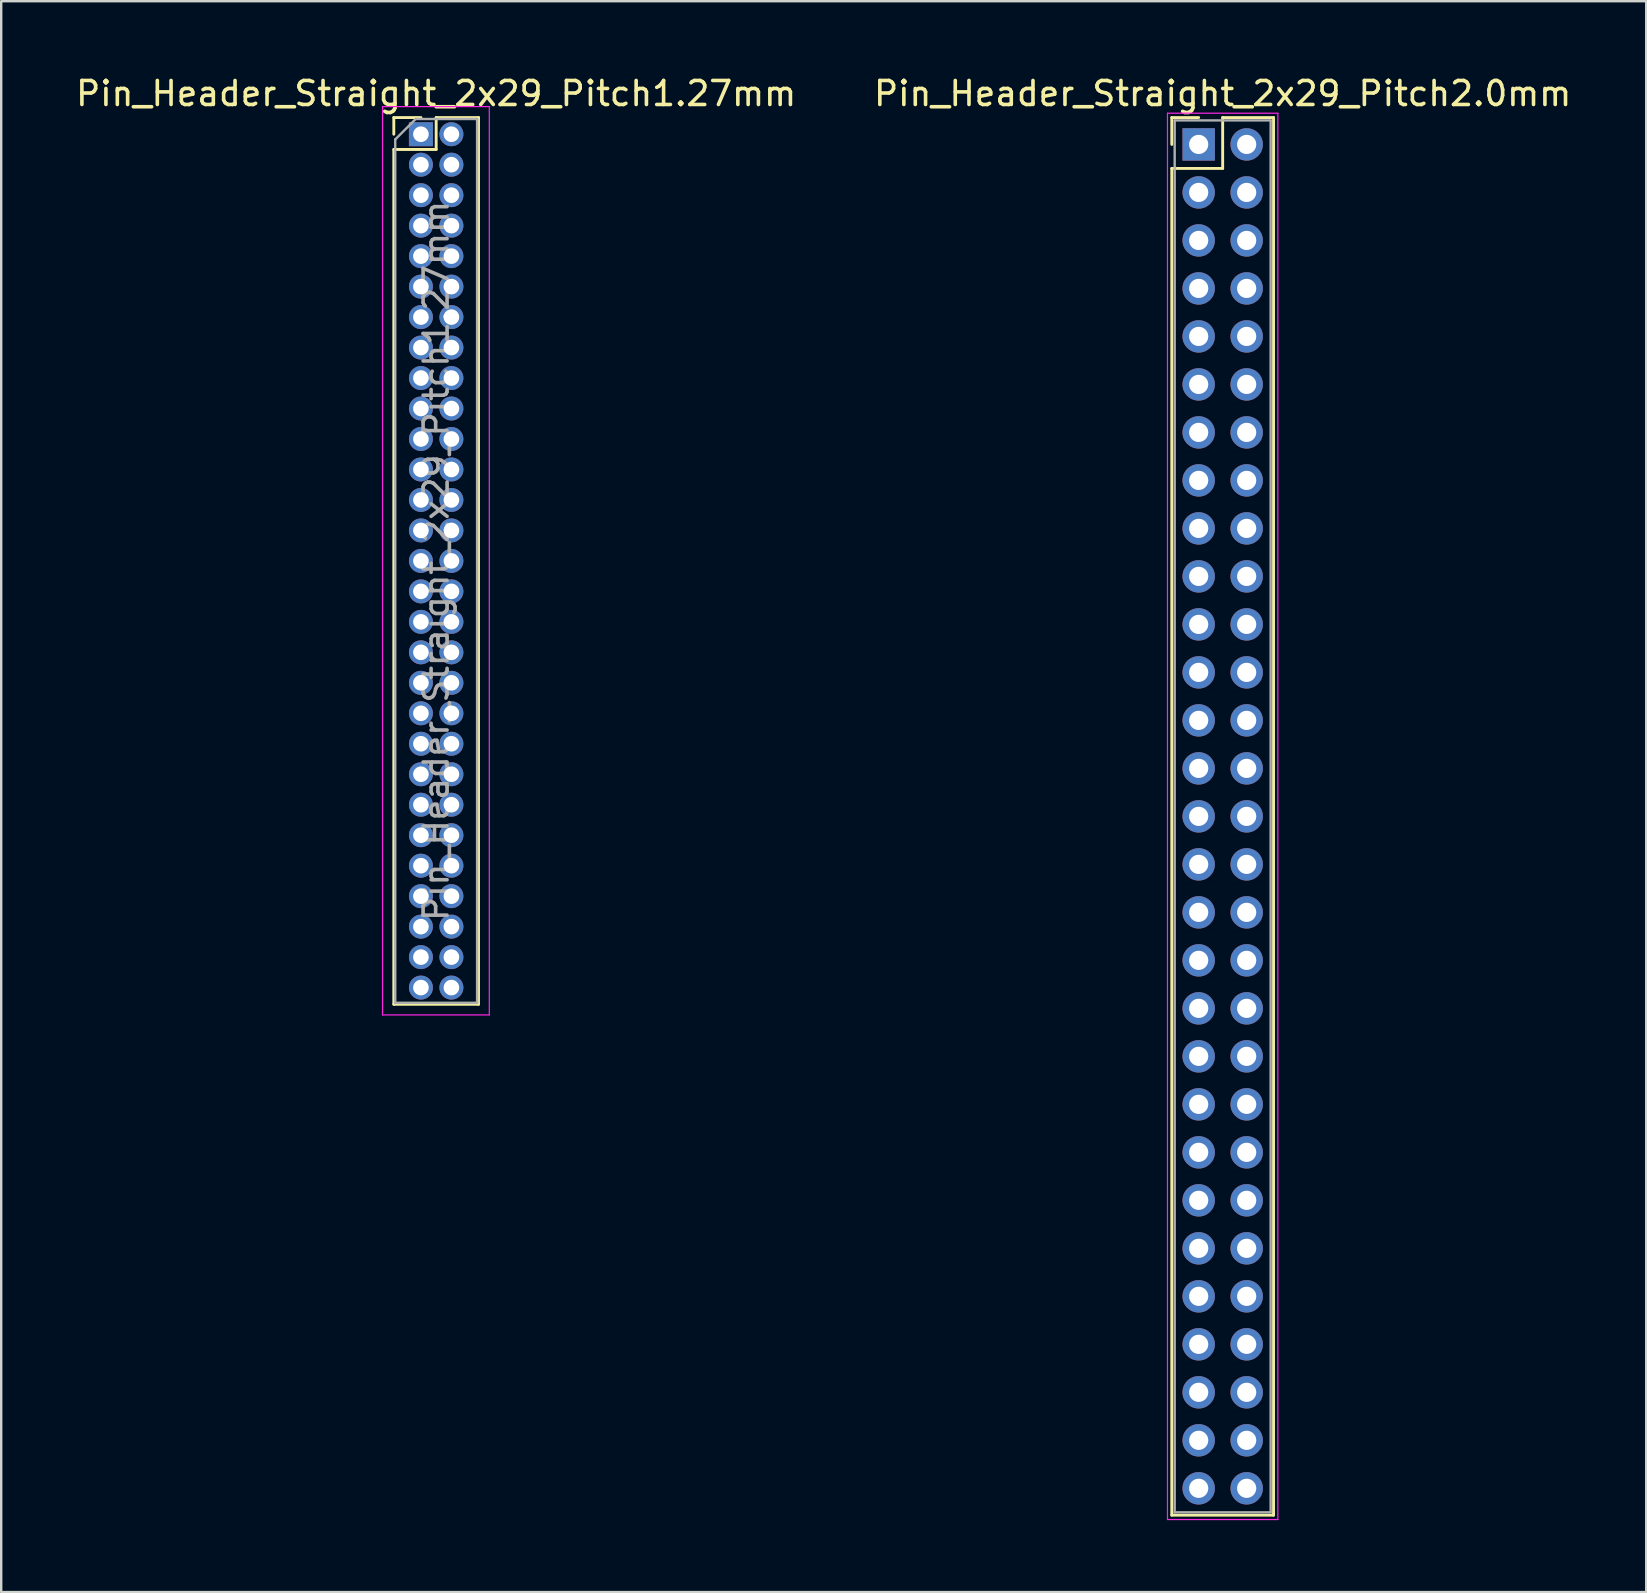
<source format=kicad_pcb>
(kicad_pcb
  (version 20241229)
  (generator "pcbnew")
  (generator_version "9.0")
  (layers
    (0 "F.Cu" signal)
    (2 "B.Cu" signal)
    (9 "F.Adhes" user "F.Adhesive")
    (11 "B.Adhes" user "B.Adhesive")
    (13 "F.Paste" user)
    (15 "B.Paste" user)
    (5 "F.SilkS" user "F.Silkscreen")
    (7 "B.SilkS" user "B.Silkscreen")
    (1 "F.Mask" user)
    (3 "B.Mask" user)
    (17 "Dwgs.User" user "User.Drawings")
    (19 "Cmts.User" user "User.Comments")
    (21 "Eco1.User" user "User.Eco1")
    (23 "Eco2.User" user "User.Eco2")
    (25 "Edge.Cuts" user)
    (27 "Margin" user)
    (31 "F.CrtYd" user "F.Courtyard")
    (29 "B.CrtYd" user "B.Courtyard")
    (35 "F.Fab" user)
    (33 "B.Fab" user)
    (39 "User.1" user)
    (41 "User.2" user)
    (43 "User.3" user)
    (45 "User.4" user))
  (footprint "Pin_Header_Straight_2x29_Pitch1.27mm"
    (layer "F.Cu")
    (at 14.49 2.543)
    (property "Reference" "Pin_Header_Straight_2x29_Pitch1.27mm" (at 0.635 -1.695 0) (layer "F.SilkS") (effects (font (size 1 1) (thickness 0.15))))
    (attr through_hole)
    (fp_line (start -1.13 -0.695) (end 0 -0.695) (stroke (width 0.12) (type solid)) (layer "F.SilkS"))
    (fp_line (start -1.13 0) (end -1.13 -0.695) (stroke (width 0.12) (type solid)) (layer "F.SilkS"))
    (fp_line (start -1.13 0.635) (end -1.13 36.255) (stroke (width 0.12) (type solid)) (layer "F.SilkS"))
    (fp_line (start -1.13 36.255) (end 2.4 36.255) (stroke (width 0.12) (type solid)) (layer "F.SilkS"))
    (fp_line (start 0.635 -0.695) (end 0.635 0.635) (stroke (width 0.12) (type solid)) (layer "F.SilkS"))
    (fp_line (start 0.635 0.635) (end -1.13 0.635) (stroke (width 0.12) (type solid)) (layer "F.SilkS"))
    (fp_line (start 2.4 -0.695) (end 0.635 -0.695) (stroke (width 0.12) (type solid)) (layer "F.SilkS"))
    (fp_line (start 2.4 36.255) (end 2.4 -0.695) (stroke (width 0.12) (type solid)) (layer "F.SilkS"))
    (fp_line (start -1.6 -1.15) (end -1.6 36.7) (stroke (width 0.05) (type solid)) (layer "F.CrtYd"))
    (fp_line (start -1.6 36.7) (end 2.85 36.7) (stroke (width 0.05) (type solid)) (layer "F.CrtYd"))
    (fp_line (start 2.85 -1.15) (end -1.6 -1.15) (stroke (width 0.05) (type solid)) (layer "F.CrtYd"))
    (fp_line (start 2.85 36.7) (end 2.85 -1.15) (stroke (width 0.05) (type solid)) (layer "F.CrtYd"))
    (fp_line (start -1.07 0.217) (end -0.217 -0.635) (stroke (width 0.1) (type solid)) (layer "F.Fab"))
    (fp_line (start -1.07 36.195) (end -1.07 0.217) (stroke (width 0.1) (type solid)) (layer "F.Fab"))
    (fp_line (start -0.217 -0.635) (end 2.34 -0.635) (stroke (width 0.1) (type solid)) (layer "F.Fab"))
    (fp_line (start 2.34 -0.635) (end 2.34 36.195) (stroke (width 0.1) (type solid)) (layer "F.Fab"))
    (fp_line (start 2.34 36.195) (end -1.07 36.195) (stroke (width 0.1) (type solid)) (layer "F.Fab"))
    (fp_text user "${REFERENCE}" (at 0.635 17.78 90) (layer "F.Fab") (effects (font (size 1 1) (thickness 0.15))))
    (pad "1" thru_hole rect (at 0 0) (size 1 1) (drill 0.65) (layers "*.Cu" "*.Mask"))
    (pad "2" thru_hole oval (at 1.27 0) (size 1 1) (drill 0.65) (layers "*.Cu" "*.Mask"))
    (pad "3" thru_hole oval (at 0 1.27) (size 1 1) (drill 0.65) (layers "*.Cu" "*.Mask"))
    (pad "4" thru_hole oval (at 1.27 1.27) (size 1 1) (drill 0.65) (layers "*.Cu" "*.Mask"))
    (pad "5" thru_hole oval (at 0 2.54) (size 1 1) (drill 0.65) (layers "*.Cu" "*.Mask"))
    (pad "6" thru_hole oval (at 1.27 2.54) (size 1 1) (drill 0.65) (layers "*.Cu" "*.Mask"))
    (pad "7" thru_hole oval (at 0 3.81) (size 1 1) (drill 0.65) (layers "*.Cu" "*.Mask"))
    (pad "8" thru_hole oval (at 1.27 3.81) (size 1 1) (drill 0.65) (layers "*.Cu" "*.Mask"))
    (pad "9" thru_hole oval (at 0 5.08) (size 1 1) (drill 0.65) (layers "*.Cu" "*.Mask"))
    (pad "10" thru_hole oval (at 1.27 5.08) (size 1 1) (drill 0.65) (layers "*.Cu" "*.Mask"))
    (pad "11" thru_hole oval (at 0 6.35) (size 1 1) (drill 0.65) (layers "*.Cu" "*.Mask"))
    (pad "12" thru_hole oval (at 1.27 6.35) (size 1 1) (drill 0.65) (layers "*.Cu" "*.Mask"))
    (pad "13" thru_hole oval (at 0 7.62) (size 1 1) (drill 0.65) (layers "*.Cu" "*.Mask"))
    (pad "14" thru_hole oval (at 1.27 7.62) (size 1 1) (drill 0.65) (layers "*.Cu" "*.Mask"))
    (pad "15" thru_hole oval (at 0 8.89) (size 1 1) (drill 0.65) (layers "*.Cu" "*.Mask"))
    (pad "16" thru_hole oval (at 1.27 8.89) (size 1 1) (drill 0.65) (layers "*.Cu" "*.Mask"))
    (pad "17" thru_hole oval (at 0 10.16) (size 1 1) (drill 0.65) (layers "*.Cu" "*.Mask"))
    (pad "18" thru_hole oval (at 1.27 10.16) (size 1 1) (drill 0.65) (layers "*.Cu" "*.Mask"))
    (pad "19" thru_hole oval (at 0 11.43) (size 1 1) (drill 0.65) (layers "*.Cu" "*.Mask"))
    (pad "20" thru_hole oval (at 1.27 11.43) (size 1 1) (drill 0.65) (layers "*.Cu" "*.Mask"))
    (pad "21" thru_hole oval (at 0 12.7) (size 1 1) (drill 0.65) (layers "*.Cu" "*.Mask"))
    (pad "22" thru_hole oval (at 1.27 12.7) (size 1 1) (drill 0.65) (layers "*.Cu" "*.Mask"))
    (pad "23" thru_hole oval (at 0 13.97) (size 1 1) (drill 0.65) (layers "*.Cu" "*.Mask"))
    (pad "24" thru_hole oval (at 1.27 13.97) (size 1 1) (drill 0.65) (layers "*.Cu" "*.Mask"))
    (pad "25" thru_hole oval (at 0 15.24) (size 1 1) (drill 0.65) (layers "*.Cu" "*.Mask"))
    (pad "26" thru_hole oval (at 1.27 15.24) (size 1 1) (drill 0.65) (layers "*.Cu" "*.Mask"))
    (pad "27" thru_hole oval (at 0 16.51) (size 1 1) (drill 0.65) (layers "*.Cu" "*.Mask"))
    (pad "28" thru_hole oval (at 1.27 16.51) (size 1 1) (drill 0.65) (layers "*.Cu" "*.Mask"))
    (pad "29" thru_hole oval (at 0 17.78) (size 1 1) (drill 0.65) (layers "*.Cu" "*.Mask"))
    (pad "30" thru_hole oval (at 1.27 17.78) (size 1 1) (drill 0.65) (layers "*.Cu" "*.Mask"))
    (pad "31" thru_hole oval (at 0 19.05) (size 1 1) (drill 0.65) (layers "*.Cu" "*.Mask"))
    (pad "32" thru_hole oval (at 1.27 19.05) (size 1 1) (drill 0.65) (layers "*.Cu" "*.Mask"))
    (pad "33" thru_hole oval (at 0 20.32) (size 1 1) (drill 0.65) (layers "*.Cu" "*.Mask"))
    (pad "34" thru_hole oval (at 1.27 20.32) (size 1 1) (drill 0.65) (layers "*.Cu" "*.Mask"))
    (pad "35" thru_hole oval (at 0 21.59) (size 1 1) (drill 0.65) (layers "*.Cu" "*.Mask"))
    (pad "36" thru_hole oval (at 1.27 21.59) (size 1 1) (drill 0.65) (layers "*.Cu" "*.Mask"))
    (pad "37" thru_hole oval (at 0 22.86) (size 1 1) (drill 0.65) (layers "*.Cu" "*.Mask"))
    (pad "38" thru_hole oval (at 1.27 22.86) (size 1 1) (drill 0.65) (layers "*.Cu" "*.Mask"))
    (pad "39" thru_hole oval (at 0 24.13) (size 1 1) (drill 0.65) (layers "*.Cu" "*.Mask"))
    (pad "40" thru_hole oval (at 1.27 24.13) (size 1 1) (drill 0.65) (layers "*.Cu" "*.Mask"))
    (pad "41" thru_hole oval (at 0 25.4) (size 1 1) (drill 0.65) (layers "*.Cu" "*.Mask"))
    (pad "42" thru_hole oval (at 1.27 25.4) (size 1 1) (drill 0.65) (layers "*.Cu" "*.Mask"))
    (pad "43" thru_hole oval (at 0 26.67) (size 1 1) (drill 0.65) (layers "*.Cu" "*.Mask"))
    (pad "44" thru_hole oval (at 1.27 26.67) (size 1 1) (drill 0.65) (layers "*.Cu" "*.Mask"))
    (pad "45" thru_hole oval (at 0 27.94) (size 1 1) (drill 0.65) (layers "*.Cu" "*.Mask"))
    (pad "46" thru_hole oval (at 1.27 27.94) (size 1 1) (drill 0.65) (layers "*.Cu" "*.Mask"))
    (pad "47" thru_hole oval (at 0 29.21) (size 1 1) (drill 0.65) (layers "*.Cu" "*.Mask"))
    (pad "48" thru_hole oval (at 1.27 29.21) (size 1 1) (drill 0.65) (layers "*.Cu" "*.Mask"))
    (pad "49" thru_hole oval (at 0 30.48) (size 1 1) (drill 0.65) (layers "*.Cu" "*.Mask"))
    (pad "50" thru_hole oval (at 1.27 30.48) (size 1 1) (drill 0.65) (layers "*.Cu" "*.Mask"))
    (pad "51" thru_hole oval (at 0 31.75) (size 1 1) (drill 0.65) (layers "*.Cu" "*.Mask"))
    (pad "52" thru_hole oval (at 1.27 31.75) (size 1 1) (drill 0.65) (layers "*.Cu" "*.Mask"))
    (pad "53" thru_hole oval (at 0 33.02) (size 1 1) (drill 0.65) (layers "*.Cu" "*.Mask"))
    (pad "54" thru_hole oval (at 1.27 33.02) (size 1 1) (drill 0.65) (layers "*.Cu" "*.Mask"))
    (pad "55" thru_hole oval (at 0 34.29) (size 1 1) (drill 0.65) (layers "*.Cu" "*.Mask"))
    (pad "56" thru_hole oval (at 1.27 34.29) (size 1 1) (drill 0.65) (layers "*.Cu" "*.Mask"))
    (pad "57" thru_hole oval (at 0 35.56) (size 1 1) (drill 0.65) (layers "*.Cu" "*.Mask"))
    (pad "58" thru_hole oval (at 1.27 35.56) (size 1 1) (drill 0.65) (layers "*.Cu" "*.Mask")))
  (footprint "Pin_Header_Straight_2x29_Pitch2.0mm"
    (layer "F.Cu")
    (at 46.899 2.968)
    (property "Reference" "Pin_Header_Straight_2x29_Pitch2.0mm" (at 1 -2.12 0) (layer "F.SilkS") (effects (font (size 1 1) (thickness 0.15))))
    (attr through_hole)
    (fp_line (start -1.12 -1.12) (end 0 -1.12) (stroke (width 0.12) (type solid)) (layer "F.SilkS"))
    (fp_line (start -1.12 0) (end -1.12 -1.12) (stroke (width 0.12) (type solid)) (layer "F.SilkS"))
    (fp_line (start -1.12 1) (end -1.12 57.12) (stroke (width 0.12) (type solid)) (layer "F.SilkS"))
    (fp_line (start -1.12 57.12) (end 3.12 57.12) (stroke (width 0.12) (type solid)) (layer "F.SilkS"))
    (fp_line (start 1 -1.12) (end 1 1) (stroke (width 0.12) (type solid)) (layer "F.SilkS"))
    (fp_line (start 1 1) (end -1.12 1) (stroke (width 0.12) (type solid)) (layer "F.SilkS"))
    (fp_line (start 3.12 -1.12) (end 1 -1.12) (stroke (width 0.12) (type solid)) (layer "F.SilkS"))
    (fp_line (start 3.12 57.12) (end 3.12 -1.12) (stroke (width 0.12) (type solid)) (layer "F.SilkS"))
    (fp_line (start -1.3 -1.3) (end -1.3 57.3) (stroke (width 0.05) (type solid)) (layer "F.CrtYd"))
    (fp_line (start -1.3 57.3) (end 3.3 57.3) (stroke (width 0.05) (type solid)) (layer "F.CrtYd"))
    (fp_line (start 3.3 -1.3) (end -1.3 -1.3) (stroke (width 0.05) (type solid)) (layer "F.CrtYd"))
    (fp_line (start 3.3 57.3) (end 3.3 -1.3) (stroke (width 0.05) (type solid)) (layer "F.CrtYd"))
    (fp_line (start -1 -1) (end -1 57) (stroke (width 0.1) (type solid)) (layer "F.Fab"))
    (fp_line (start -1 57) (end 3 57) (stroke (width 0.1) (type solid)) (layer "F.Fab"))
    (fp_line (start 3 -1) (end -1 -1) (stroke (width 0.1) (type solid)) (layer "F.Fab"))
    (fp_line (start 3 57) (end 3 -1) (stroke (width 0.1) (type solid)) (layer "F.Fab"))
    (pad "1" thru_hole rect (at 0 0) (size 1.35 1.35) (drill 0.8) (layers "*.Cu" "*.Mask"))
    (pad "2" thru_hole oval (at 2 0) (size 1.35 1.35) (drill 0.8) (layers "*.Cu" "*.Mask"))
    (pad "3" thru_hole oval (at 0 2) (size 1.35 1.35) (drill 0.8) (layers "*.Cu" "*.Mask"))
    (pad "4" thru_hole oval (at 2 2) (size 1.35 1.35) (drill 0.8) (layers "*.Cu" "*.Mask"))
    (pad "5" thru_hole oval (at 0 4) (size 1.35 1.35) (drill 0.8) (layers "*.Cu" "*.Mask"))
    (pad "6" thru_hole oval (at 2 4) (size 1.35 1.35) (drill 0.8) (layers "*.Cu" "*.Mask"))
    (pad "7" thru_hole oval (at 0 6) (size 1.35 1.35) (drill 0.8) (layers "*.Cu" "*.Mask"))
    (pad "8" thru_hole oval (at 2 6) (size 1.35 1.35) (drill 0.8) (layers "*.Cu" "*.Mask"))
    (pad "9" thru_hole oval (at 0 8) (size 1.35 1.35) (drill 0.8) (layers "*.Cu" "*.Mask"))
    (pad "10" thru_hole oval (at 2 8) (size 1.35 1.35) (drill 0.8) (layers "*.Cu" "*.Mask"))
    (pad "11" thru_hole oval (at 0 10) (size 1.35 1.35) (drill 0.8) (layers "*.Cu" "*.Mask"))
    (pad "12" thru_hole oval (at 2 10) (size 1.35 1.35) (drill 0.8) (layers "*.Cu" "*.Mask"))
    (pad "13" thru_hole oval (at 0 12) (size 1.35 1.35) (drill 0.8) (layers "*.Cu" "*.Mask"))
    (pad "14" thru_hole oval (at 2 12) (size 1.35 1.35) (drill 0.8) (layers "*.Cu" "*.Mask"))
    (pad "15" thru_hole oval (at 0 14) (size 1.35 1.35) (drill 0.8) (layers "*.Cu" "*.Mask"))
    (pad "16" thru_hole oval (at 2 14) (size 1.35 1.35) (drill 0.8) (layers "*.Cu" "*.Mask"))
    (pad "17" thru_hole oval (at 0 16) (size 1.35 1.35) (drill 0.8) (layers "*.Cu" "*.Mask"))
    (pad "18" thru_hole oval (at 2 16) (size 1.35 1.35) (drill 0.8) (layers "*.Cu" "*.Mask"))
    (pad "19" thru_hole oval (at 0 18) (size 1.35 1.35) (drill 0.8) (layers "*.Cu" "*.Mask"))
    (pad "20" thru_hole oval (at 2 18) (size 1.35 1.35) (drill 0.8) (layers "*.Cu" "*.Mask"))
    (pad "21" thru_hole oval (at 0 20) (size 1.35 1.35) (drill 0.8) (layers "*.Cu" "*.Mask"))
    (pad "22" thru_hole oval (at 2 20) (size 1.35 1.35) (drill 0.8) (layers "*.Cu" "*.Mask"))
    (pad "23" thru_hole oval (at 0 22) (size 1.35 1.35) (drill 0.8) (layers "*.Cu" "*.Mask"))
    (pad "24" thru_hole oval (at 2 22) (size 1.35 1.35) (drill 0.8) (layers "*.Cu" "*.Mask"))
    (pad "25" thru_hole oval (at 0 24) (size 1.35 1.35) (drill 0.8) (layers "*.Cu" "*.Mask"))
    (pad "26" thru_hole oval (at 2 24) (size 1.35 1.35) (drill 0.8) (layers "*.Cu" "*.Mask"))
    (pad "27" thru_hole oval (at 0 26) (size 1.35 1.35) (drill 0.8) (layers "*.Cu" "*.Mask"))
    (pad "28" thru_hole oval (at 2 26) (size 1.35 1.35) (drill 0.8) (layers "*.Cu" "*.Mask"))
    (pad "29" thru_hole oval (at 0 28) (size 1.35 1.35) (drill 0.8) (layers "*.Cu" "*.Mask"))
    (pad "30" thru_hole oval (at 2 28) (size 1.35 1.35) (drill 0.8) (layers "*.Cu" "*.Mask"))
    (pad "31" thru_hole oval (at 0 30) (size 1.35 1.35) (drill 0.8) (layers "*.Cu" "*.Mask"))
    (pad "32" thru_hole oval (at 2 30) (size 1.35 1.35) (drill 0.8) (layers "*.Cu" "*.Mask"))
    (pad "33" thru_hole oval (at 0 32) (size 1.35 1.35) (drill 0.8) (layers "*.Cu" "*.Mask"))
    (pad "34" thru_hole oval (at 2 32) (size 1.35 1.35) (drill 0.8) (layers "*.Cu" "*.Mask"))
    (pad "35" thru_hole oval (at 0 34) (size 1.35 1.35) (drill 0.8) (layers "*.Cu" "*.Mask"))
    (pad "36" thru_hole oval (at 2 34) (size 1.35 1.35) (drill 0.8) (layers "*.Cu" "*.Mask"))
    (pad "37" thru_hole oval (at 0 36) (size 1.35 1.35) (drill 0.8) (layers "*.Cu" "*.Mask"))
    (pad "38" thru_hole oval (at 2 36) (size 1.35 1.35) (drill 0.8) (layers "*.Cu" "*.Mask"))
    (pad "39" thru_hole oval (at 0 38) (size 1.35 1.35) (drill 0.8) (layers "*.Cu" "*.Mask"))
    (pad "40" thru_hole oval (at 2 38) (size 1.35 1.35) (drill 0.8) (layers "*.Cu" "*.Mask"))
    (pad "41" thru_hole oval (at 0 40) (size 1.35 1.35) (drill 0.8) (layers "*.Cu" "*.Mask"))
    (pad "42" thru_hole oval (at 2 40) (size 1.35 1.35) (drill 0.8) (layers "*.Cu" "*.Mask"))
    (pad "43" thru_hole oval (at 0 42) (size 1.35 1.35) (drill 0.8) (layers "*.Cu" "*.Mask"))
    (pad "44" thru_hole oval (at 2 42) (size 1.35 1.35) (drill 0.8) (layers "*.Cu" "*.Mask"))
    (pad "45" thru_hole oval (at 0 44) (size 1.35 1.35) (drill 0.8) (layers "*.Cu" "*.Mask"))
    (pad "46" thru_hole oval (at 2 44) (size 1.35 1.35) (drill 0.8) (layers "*.Cu" "*.Mask"))
    (pad "47" thru_hole oval (at 0 46) (size 1.35 1.35) (drill 0.8) (layers "*.Cu" "*.Mask"))
    (pad "48" thru_hole oval (at 2 46) (size 1.35 1.35) (drill 0.8) (layers "*.Cu" "*.Mask"))
    (pad "49" thru_hole oval (at 0 48) (size 1.35 1.35) (drill 0.8) (layers "*.Cu" "*.Mask"))
    (pad "50" thru_hole oval (at 2 48) (size 1.35 1.35) (drill 0.8) (layers "*.Cu" "*.Mask"))
    (pad "51" thru_hole oval (at 0 50) (size 1.35 1.35) (drill 0.8) (layers "*.Cu" "*.Mask"))
    (pad "52" thru_hole oval (at 2 50) (size 1.35 1.35) (drill 0.8) (layers "*.Cu" "*.Mask"))
    (pad "53" thru_hole oval (at 0 52) (size 1.35 1.35) (drill 0.8) (layers "*.Cu" "*.Mask"))
    (pad "54" thru_hole oval (at 2 52) (size 1.35 1.35) (drill 0.8) (layers "*.Cu" "*.Mask"))
    (pad "55" thru_hole oval (at 0 54) (size 1.35 1.35) (drill 0.8) (layers "*.Cu" "*.Mask"))
    (pad "56" thru_hole oval (at 2 54) (size 1.35 1.35) (drill 0.8) (layers "*.Cu" "*.Mask"))
    (pad "57" thru_hole oval (at 0 56) (size 1.35 1.35) (drill 0.8) (layers "*.Cu" "*.Mask"))
    (pad "58" thru_hole oval (at 2 56) (size 1.35 1.35) (drill 0.8) (layers "*.Cu" "*.Mask")))
  (gr_rect
    (start -3 -3)
    (end 65.548 63.293)
    (stroke (width 0.1) (type default))
    (fill no)
    (layer "Edge.Cuts")))
</source>
